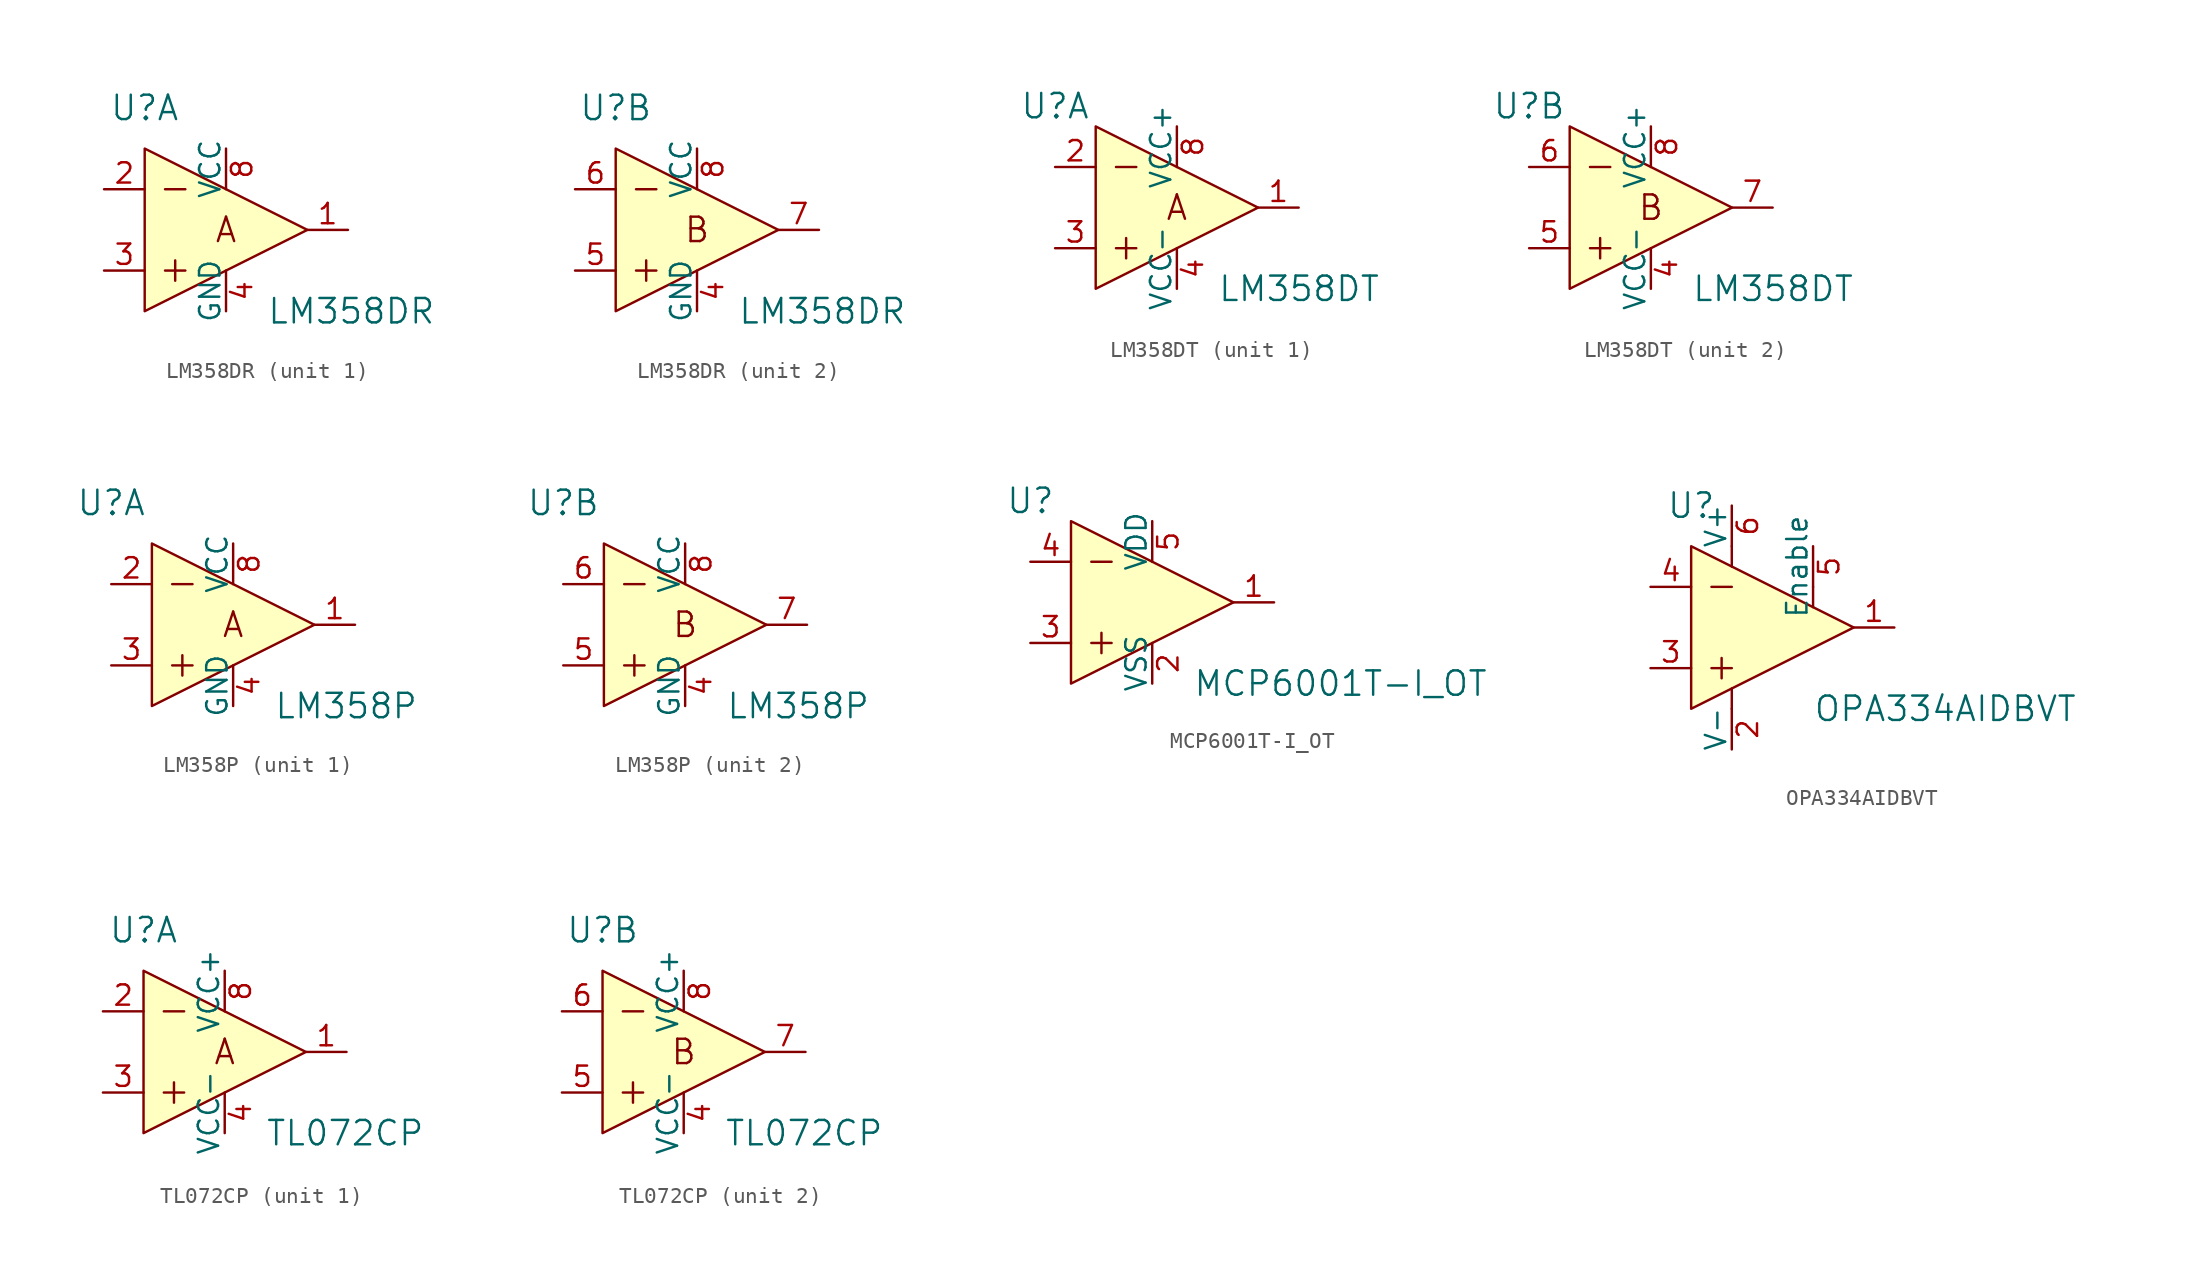
<source format=kicad_sym>
(kicad_symbol_lib
  (version 20220914)
  (generator kicad_symbol_editor)
  (symbol "LM358DR"
    (pin_names
      (offset 0))
    (property "Reference" "U"
      (at -5.08 7.62 0)
      (effects (font (size 1.524 1.524))))
    (property "Value" "LM358DR"
      (at 2.54 -5.08 0)
      (effects (font (size 1.524 1.524)) (justify left)))
    (property "ki_locked" ""
      (at 0 0 0)
      (effects (font (size 1.27 1.27))))
    (symbol "LM358DR_0_0"
      (polyline (pts (xy -3.81 -2.54) (xy -2.54 -2.54)) (stroke (width 0) (type default)) (fill (type none)))
      (polyline (pts (xy -3.81 2.54) (xy -2.54 2.54)) (stroke (width 0) (type default)) (fill (type none)))
      (polyline (pts (xy -3.175 -1.905) (xy -3.175 -3.175)) (stroke (width 0) (type default)) (fill (type none)))
      (polyline (pts (xy -5.08 5.08) (xy -5.08 -5.08) (xy 5.08 0) (xy -5.08 5.08)) (stroke (width 0) (type default)) (fill (type background))))
    (symbol "LM358DR_1_0"
      (text "A" (at 0 0 0) (effects (font (size 1.524 1.524)))))
    (symbol "LM358DR_1_1"
      (pin output line (at 7.62 0 180) (length 2.54) (name "~" (effects (font (size 1.27 1.27)))) (number "1" (effects (font (size 1.27 1.27)))))
      (pin input line (at -7.62 2.54 0) (length 2.54) (name "~" (effects (font (size 1.27 1.27)))) (number "2" (effects (font (size 1.27 1.27)))))
      (pin input line (at -7.62 -2.54 0) (length 2.54) (name "~" (effects (font (size 1.27 1.27)))) (number "3" (effects (font (size 1.27 1.27)))))
      (pin power_in line (at 0 -5.08 90) (length 2.54) (name "GND" (effects (font (size 1.27 1.27)))) (number "4" (effects (font (size 1.27 1.27)))))
      (pin power_in line (at 0 5.08 270) (length 2.54) (name "VCC" (effects (font (size 1.27 1.27)))) (number "8" (effects (font (size 1.27 1.27))))))
    (symbol "LM358DR_2_0"
      (text "B" (at 0 0 0) (effects (font (size 1.524 1.524)))))
    (symbol "LM358DR_2_1"
      (pin power_in line (at 0 -5.08 90) (length 2.54) (name "GND" (effects (font (size 1.27 1.27)))) (number "4" (effects (font (size 1.27 1.27)))))
      (pin input line (at -7.62 -2.54 0) (length 2.54) (name "~" (effects (font (size 1.27 1.27)))) (number "5" (effects (font (size 1.27 1.27)))))
      (pin input line (at -7.62 2.54 0) (length 2.54) (name "~" (effects (font (size 1.27 1.27)))) (number "6" (effects (font (size 1.27 1.27)))))
      (pin output line (at 7.62 0 180) (length 2.54) (name "~" (effects (font (size 1.27 1.27)))) (number "7" (effects (font (size 1.27 1.27)))))
      (pin power_in line (at 0 5.08 270) (length 2.54) (name "VCC" (effects (font (size 1.27 1.27)))) (number "8" (effects (font (size 1.27 1.27)))))))
  (symbol "LM358DT"
    (pin_names
      (offset 0))
    (property "Reference" "U"
      (at -7.62 6.35 0)
      (effects (font (size 1.524 1.524))))
    (property "Value" "LM358DT"
      (at 2.54 -5.08 0)
      (effects (font (size 1.524 1.524)) (justify left)))
    (property "ki_locked" ""
      (at 0 0 0)
      (effects (font (size 1.27 1.27))))
    (symbol "LM358DT_0_1"
      (polyline (pts (xy -3.81 -2.54) (xy -2.54 -2.54)) (stroke (width 0) (type default)) (fill (type none)))
      (polyline (pts (xy -3.81 2.54) (xy -2.54 2.54)) (stroke (width 0) (type default)) (fill (type none)))
      (polyline (pts (xy -3.175 -1.905) (xy -3.175 -3.175)) (stroke (width 0) (type default)) (fill (type none)))
      (polyline (pts (xy -5.08 5.08) (xy -5.08 -5.08) (xy 5.08 0) (xy -5.08 5.08)) (stroke (width 0) (type default)) (fill (type background))))
    (symbol "LM358DT_1_0"
      (text "A" (at 0 0 0) (effects (font (size 1.524 1.524)))))
    (symbol "LM358DT_1_1"
      (pin output line (at 7.62 0 180) (length 2.54) (name "~" (effects (font (size 1.27 1.27)))) (number "1" (effects (font (size 1.27 1.27)))))
      (pin input line (at -7.62 2.54 0) (length 2.54) (name "~" (effects (font (size 1.27 1.27)))) (number "2" (effects (font (size 1.27 1.27)))))
      (pin input line (at -7.62 -2.54 0) (length 2.54) (name "~" (effects (font (size 1.27 1.27)))) (number "3" (effects (font (size 1.27 1.27)))))
      (pin power_in line (at 0 -5.08 90) (length 2.54) (name "VCC-" (effects (font (size 1.27 1.27)))) (number "4" (effects (font (size 1.27 1.27)))))
      (pin power_in line (at 0 5.08 270) (length 2.54) (name "VCC+" (effects (font (size 1.27 1.27)))) (number "8" (effects (font (size 1.27 1.27))))))
    (symbol "LM358DT_2_0"
      (text "B" (at 0 0 0) (effects (font (size 1.524 1.524)))))
    (symbol "LM358DT_2_1"
      (pin power_in line (at 0 -5.08 90) (length 2.54) (name "VCC-" (effects (font (size 1.27 1.27)))) (number "4" (effects (font (size 1.27 1.27)))))
      (pin input line (at -7.62 -2.54 0) (length 2.54) (name "~" (effects (font (size 1.27 1.27)))) (number "5" (effects (font (size 1.27 1.27)))))
      (pin input line (at -7.62 2.54 0) (length 2.54) (name "~" (effects (font (size 1.27 1.27)))) (number "6" (effects (font (size 1.27 1.27)))))
      (pin output line (at 7.62 0 180) (length 2.54) (name "~" (effects (font (size 1.27 1.27)))) (number "7" (effects (font (size 1.27 1.27)))))
      (pin power_in line (at 0 5.08 270) (length 2.54) (name "VCC+" (effects (font (size 1.27 1.27)))) (number "8" (effects (font (size 1.27 1.27)))))))
  (symbol "LM358P"
    (pin_names
      (offset 0))
    (property "Reference" "U"
      (at -7.62 7.62 0)
      (effects (font (size 1.524 1.524))))
    (property "Value" "LM358P"
      (at 2.54 -5.08 0)
      (effects (font (size 1.524 1.524)) (justify left)))
    (property "ki_locked" ""
      (at 0 0 0)
      (effects (font (size 1.27 1.27))))
    (symbol "LM358P_0_1"
      (polyline (pts (xy -3.81 -2.54) (xy -2.54 -2.54)) (stroke (width 0) (type default)) (fill (type none)))
      (polyline (pts (xy -3.81 2.54) (xy -2.54 2.54)) (stroke (width 0) (type default)) (fill (type none)))
      (polyline (pts (xy -3.175 -1.905) (xy -3.175 -3.175)) (stroke (width 0) (type default)) (fill (type none)))
      (polyline (pts (xy -5.08 5.08) (xy -5.08 -5.08) (xy 5.08 0) (xy -5.08 5.08)) (stroke (width 0) (type default)) (fill (type background))))
    (symbol "LM358P_1_0"
      (text "A" (at 0 0 0) (effects (font (size 1.524 1.524)))))
    (symbol "LM358P_1_1"
      (pin output line (at 7.62 0 180) (length 2.54) (name "~" (effects (font (size 1.27 1.27)))) (number "1" (effects (font (size 1.27 1.27)))))
      (pin input line (at -7.62 2.54 0) (length 2.54) (name "~" (effects (font (size 1.27 1.27)))) (number "2" (effects (font (size 1.27 1.27)))))
      (pin input line (at -7.62 -2.54 0) (length 2.54) (name "~" (effects (font (size 1.27 1.27)))) (number "3" (effects (font (size 1.27 1.27)))))
      (pin power_in line (at 0 -5.08 90) (length 2.54) (name "GND" (effects (font (size 1.27 1.27)))) (number "4" (effects (font (size 1.27 1.27)))))
      (pin power_in line (at 0 5.08 270) (length 2.54) (name "VCC" (effects (font (size 1.27 1.27)))) (number "8" (effects (font (size 1.27 1.27))))))
    (symbol "LM358P_2_0"
      (text "B" (at 0 0 0) (effects (font (size 1.524 1.524)))))
    (symbol "LM358P_2_1"
      (pin power_in line (at 0 -5.08 90) (length 2.54) (name "GND" (effects (font (size 1.27 1.27)))) (number "4" (effects (font (size 1.27 1.27)))))
      (pin input line (at -7.62 -2.54 0) (length 2.54) (name "~" (effects (font (size 1.27 1.27)))) (number "5" (effects (font (size 1.27 1.27)))))
      (pin input line (at -7.62 2.54 0) (length 2.54) (name "~" (effects (font (size 1.27 1.27)))) (number "6" (effects (font (size 1.27 1.27)))))
      (pin output line (at 7.62 0 180) (length 2.54) (name "~" (effects (font (size 1.27 1.27)))) (number "7" (effects (font (size 1.27 1.27)))))
      (pin power_in line (at 0 5.08 270) (length 2.54) (name "VCC" (effects (font (size 1.27 1.27)))) (number "8" (effects (font (size 1.27 1.27)))))))
  (symbol "MCP6001T-I_OT"
    (pin_names
      (offset 0))
    (property "Reference" "U"
      (at -7.62 6.35 0)
      (effects (font (size 1.524 1.524))))
    (property "Value" "MCP6001T-I_OT"
      (at 2.54 -5.08 0)
      (effects (font (size 1.524 1.524)) (justify left)))
    (symbol "MCP6001T-I_OT_0_1"
      (polyline (pts (xy 5.08 0) (xy -5.08 -5.08) (xy -5.08 5.08) (xy 5.08 0)) (stroke (width 0) (type default)) (fill (type background))))
    (symbol "MCP6001T-I_OT_1_0"
      (polyline (pts (xy -3.81 -2.54) (xy -2.54 -2.54)) (stroke (width 0) (type default)) (fill (type none)))
      (polyline (pts (xy -3.81 2.54) (xy -2.54 2.54)) (stroke (width 0) (type default)) (fill (type none)))
      (polyline (pts (xy -3.175 -1.905) (xy -3.175 -3.175)) (stroke (width 0) (type default)) (fill (type none))))
    (symbol "MCP6001T-I_OT_1_1"
      (pin output line (at 7.62 0 180) (length 2.54) (name "~" (effects (font (size 1.27 1.27)))) (number "1" (effects (font (size 1.27 1.27)))))
      (pin power_in line (at 0 -5.08 90) (length 2.54) (name "VSS" (effects (font (size 1.27 1.27)))) (number "2" (effects (font (size 1.27 1.27)))))
      (pin input line (at -7.62 -2.54 0) (length 2.54) (name "~" (effects (font (size 1.27 1.27)))) (number "3" (effects (font (size 1.27 1.27)))))
      (pin input line (at -7.62 2.54 0) (length 2.54) (name "~" (effects (font (size 1.27 1.27)))) (number "4" (effects (font (size 1.27 1.27)))))
      (pin power_in line (at 0 5.08 270) (length 2.54) (name "VDD" (effects (font (size 1.27 1.27)))) (number "5" (effects (font (size 1.27 1.27)))))))
  (symbol "OPA334AIDBVT"
    (pin_names
      (offset 0))
    (property "Reference" "U"
      (at -5.08 7.62 0)
      (effects (font (size 1.524 1.524))))
    (property "Value" "OPA334AIDBVT"
      (at 2.54 -5.08 0)
      (effects (font (size 1.524 1.524)) (justify left)))
    (symbol "OPA334AIDBVT_0_0"
      (polyline (pts (xy -3.81 -2.54) (xy -2.54 -2.54)) (stroke (width 0) (type default)) (fill (type none)))
      (polyline (pts (xy -3.81 2.54) (xy -2.54 2.54)) (stroke (width 0) (type default)) (fill (type none)))
      (polyline (pts (xy -3.175 -1.905) (xy -3.175 -3.175)) (stroke (width 0) (type default)) (fill (type none)))
      (polyline (pts (xy -2.54 -5.08) (xy -2.54 -3.81)) (stroke (width 0) (type default)) (fill (type none)))
      (polyline (pts (xy -5.08 5.08) (xy -5.08 -5.08) (xy 5.08 0) (xy -5.08 5.08)) (stroke (width 0) (type default)) (fill (type background))))
    (symbol "OPA334AIDBVT_1_0"
      (polyline (pts (xy -2.54 5.08) (xy -2.54 3.81)) (stroke (width 0) (type default)) (fill (type none)))
      (polyline (pts (xy 2.54 2.54) (xy 2.54 1.27)) (stroke (width 0) (type default)) (fill (type none))))
    (symbol "OPA334AIDBVT_1_1"
      (pin output line (at 7.62 0 180) (length 2.54) (name "~" (effects (font (size 1.27 1.27)))) (number "1" (effects (font (size 1.27 1.27)))))
      (pin power_in line (at -2.54 -7.62 90) (length 2.54) (name "V-" (effects (font (size 1.27 1.27)))) (number "2" (effects (font (size 1.27 1.27)))))
      (pin input line (at -7.62 -2.54 0) (length 2.54) (name "~" (effects (font (size 1.27 1.27)))) (number "3" (effects (font (size 1.27 1.27)))))
      (pin input line (at -7.62 2.54 0) (length 2.54) (name "~" (effects (font (size 1.27 1.27)))) (number "4" (effects (font (size 1.27 1.27)))))
      (pin input line (at 2.54 5.08 270) (length 2.54) (name "Enable" (effects (font (size 1.27 1.27)))) (number "5" (effects (font (size 1.27 1.27)))))
      (pin power_in line (at -2.54 7.62 270) (length 2.54) (name "V+" (effects (font (size 1.27 1.27)))) (number "6" (effects (font (size 1.27 1.27)))))))
  (symbol "TL072CP"
    (pin_names
      (offset 0))
    (property "Reference" "U"
      (at -5.08 7.62 0)
      (effects (font (size 1.524 1.524))))
    (property "Value" "TL072CP"
      (at 2.54 -5.08 0)
      (effects (font (size 1.524 1.524)) (justify left)))
    (property "ki_locked" ""
      (at 0 0 0)
      (effects (font (size 1.27 1.27))))
    (symbol "TL072CP_0_0"
      (polyline (pts (xy -3.81 -2.54) (xy -2.54 -2.54)) (stroke (width 0) (type default)) (fill (type none)))
      (polyline (pts (xy -3.81 2.54) (xy -2.54 2.54)) (stroke (width 0) (type default)) (fill (type none)))
      (polyline (pts (xy -3.175 -1.905) (xy -3.175 -3.175)) (stroke (width 0) (type default)) (fill (type none)))
      (polyline (pts (xy -5.08 5.08) (xy -5.08 -5.08) (xy 5.08 0) (xy -5.08 5.08)) (stroke (width 0) (type default)) (fill (type background))))
    (symbol "TL072CP_1_0"
      (text "A" (at 0 0 0) (effects (font (size 1.524 1.524)))))
    (symbol "TL072CP_1_1"
      (pin output line (at 7.62 0 180) (length 2.54) (name "~" (effects (font (size 1.27 1.27)))) (number "1" (effects (font (size 1.27 1.27)))))
      (pin input line (at -7.62 2.54 0) (length 2.54) (name "~" (effects (font (size 1.27 1.27)))) (number "2" (effects (font (size 1.27 1.27)))))
      (pin input line (at -7.62 -2.54 0) (length 2.54) (name "~" (effects (font (size 1.27 1.27)))) (number "3" (effects (font (size 1.27 1.27)))))
      (pin power_in line (at 0 -5.08 90) (length 2.54) (name "VCC-" (effects (font (size 1.27 1.27)))) (number "4" (effects (font (size 1.27 1.27)))))
      (pin power_in line (at 0 5.08 270) (length 2.54) (name "VCC+" (effects (font (size 1.27 1.27)))) (number "8" (effects (font (size 1.27 1.27))))))
    (symbol "TL072CP_2_0"
      (text "B" (at 0 0 0) (effects (font (size 1.524 1.524)))))
    (symbol "TL072CP_2_1"
      (pin power_in line (at 0 -5.08 90) (length 2.54) (name "VCC-" (effects (font (size 1.27 1.27)))) (number "4" (effects (font (size 1.27 1.27)))))
      (pin input line (at -7.62 -2.54 0) (length 2.54) (name "~" (effects (font (size 1.27 1.27)))) (number "5" (effects (font (size 1.27 1.27)))))
      (pin input line (at -7.62 2.54 0) (length 2.54) (name "~" (effects (font (size 1.27 1.27)))) (number "6" (effects (font (size 1.27 1.27)))))
      (pin output line (at 7.62 0 180) (length 2.54) (name "~" (effects (font (size 1.27 1.27)))) (number "7" (effects (font (size 1.27 1.27)))))
      (pin power_in line (at 0 5.08 270) (length 2.54) (name "VCC+" (effects (font (size 1.27 1.27)))) (number "8" (effects (font (size 1.27 1.27))))))))
</source>
